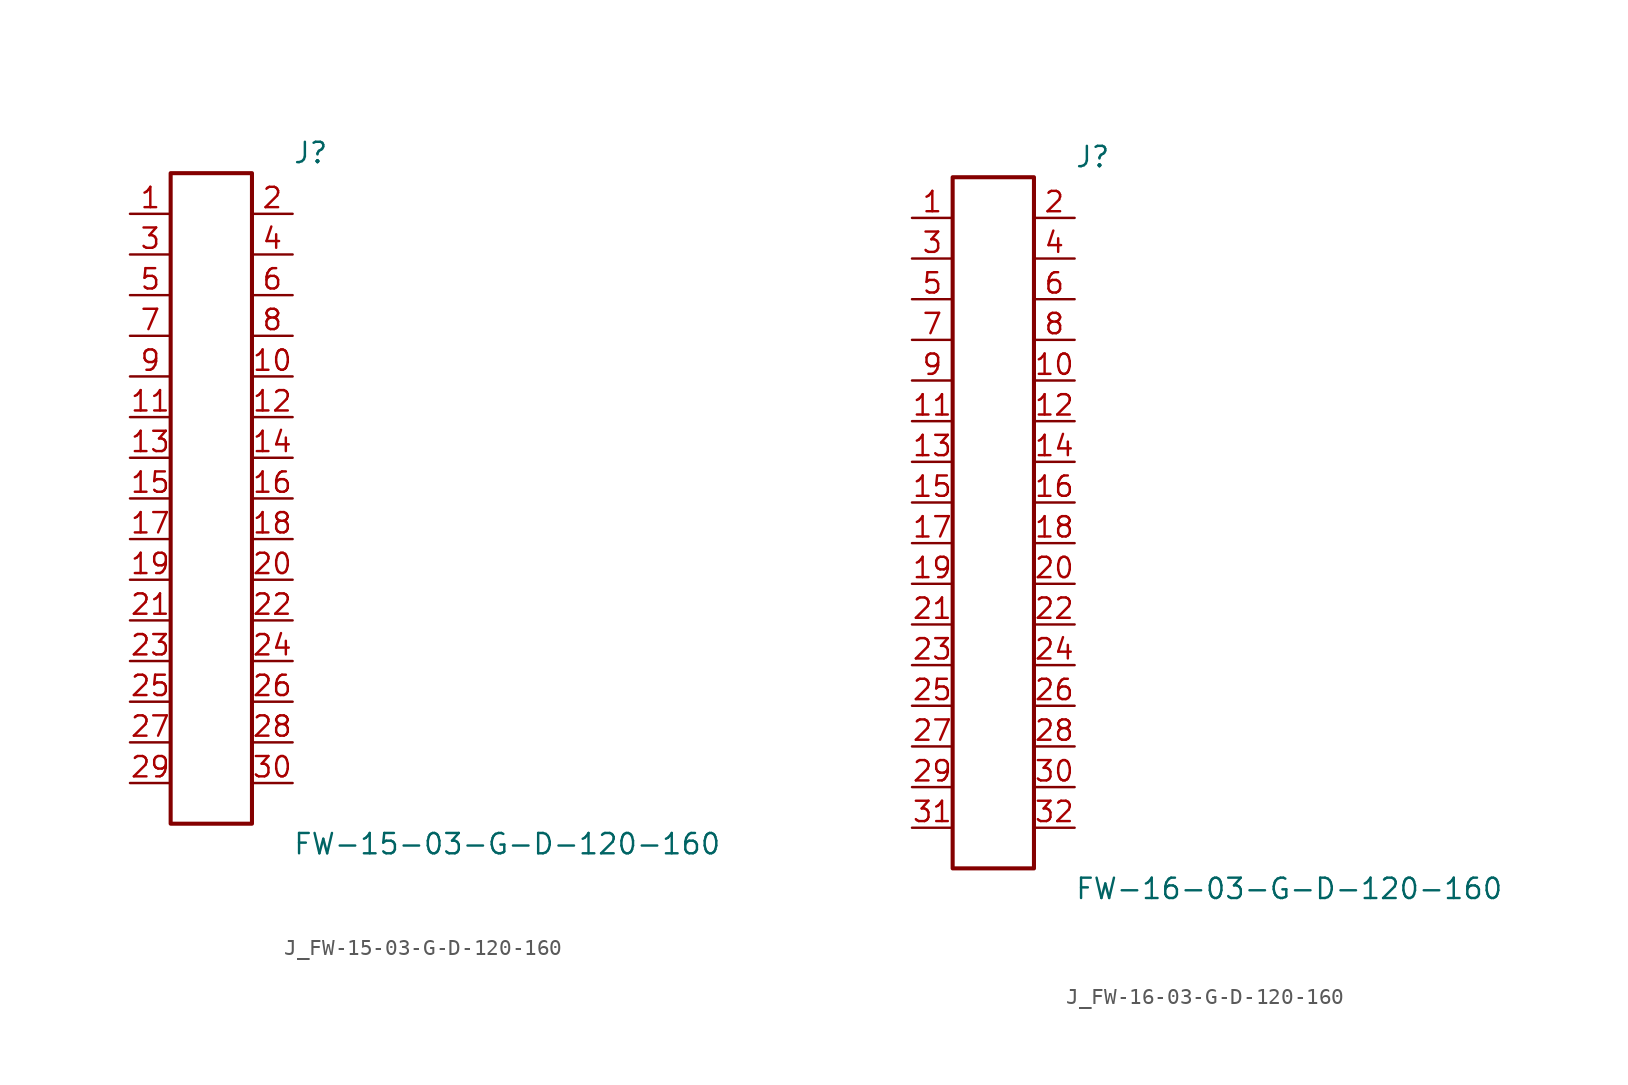
<source format=kicad_sym>
(kicad_symbol_lib
  (version 20231120)
  (generator kicad_symbol_editor)
  (generator_version 8.0)
  (symbol "J_FW-15-03-G-D-120-160"
    (pin_names
      (offset 0.254))
    (property "Reference" "J"
      (at 5.08 21.59 0)
      (effects (font (size 1.27 1.27)) (justify left)))
    (property "Value" "FW-15-03-G-D-120-160"
      (at 5.08 -21.59 0)
      (effects (font (size 1.27 1.27)) (justify left)))
    (symbol "J_FW-15-03-G-D-120-160_0_0"
      (pin passive line (at -5.08 17.78 0) (length 2.54) (name "" (effects (font (size 1.27 1.27)))) (number "1" (effects (font (size 1.27 1.27)))))
      (pin passive line (at 5.08 17.78 180) (length 2.54) (name "" (effects (font (size 1.27 1.27)))) (number "2" (effects (font (size 1.27 1.27)))))
      (pin passive line (at -5.08 15.24 0) (length 2.54) (name "" (effects (font (size 1.27 1.27)))) (number "3" (effects (font (size 1.27 1.27)))))
      (pin passive line (at 5.08 15.24 180) (length 2.54) (name "" (effects (font (size 1.27 1.27)))) (number "4" (effects (font (size 1.27 1.27)))))
      (pin passive line (at -5.08 12.7 0) (length 2.54) (name "" (effects (font (size 1.27 1.27)))) (number "5" (effects (font (size 1.27 1.27)))))
      (pin passive line (at 5.08 12.7 180) (length 2.54) (name "" (effects (font (size 1.27 1.27)))) (number "6" (effects (font (size 1.27 1.27)))))
      (pin passive line (at -5.08 10.16 0) (length 2.54) (name "" (effects (font (size 1.27 1.27)))) (number "7" (effects (font (size 1.27 1.27)))))
      (pin passive line (at 5.08 10.16 180) (length 2.54) (name "" (effects (font (size 1.27 1.27)))) (number "8" (effects (font (size 1.27 1.27)))))
      (pin passive line (at -5.08 7.62 0) (length 2.54) (name "" (effects (font (size 1.27 1.27)))) (number "9" (effects (font (size 1.27 1.27)))))
      (pin passive line (at 5.08 7.62 180) (length 2.54) (name "" (effects (font (size 1.27 1.27)))) (number "10" (effects (font (size 1.27 1.27)))))
      (pin passive line (at -5.08 5.08 0) (length 2.54) (name "" (effects (font (size 1.27 1.27)))) (number "11" (effects (font (size 1.27 1.27)))))
      (pin passive line (at 5.08 5.08 180) (length 2.54) (name "" (effects (font (size 1.27 1.27)))) (number "12" (effects (font (size 1.27 1.27)))))
      (pin passive line (at -5.08 2.54 0) (length 2.54) (name "" (effects (font (size 1.27 1.27)))) (number "13" (effects (font (size 1.27 1.27)))))
      (pin passive line (at 5.08 2.54 180) (length 2.54) (name "" (effects (font (size 1.27 1.27)))) (number "14" (effects (font (size 1.27 1.27)))))
      (pin passive line (at -5.08 0.0 0) (length 2.54) (name "" (effects (font (size 1.27 1.27)))) (number "15" (effects (font (size 1.27 1.27)))))
      (pin passive line (at 5.08 0.0 180) (length 2.54) (name "" (effects (font (size 1.27 1.27)))) (number "16" (effects (font (size 1.27 1.27)))))
      (pin passive line (at -5.08 -2.54 0) (length 2.54) (name "" (effects (font (size 1.27 1.27)))) (number "17" (effects (font (size 1.27 1.27)))))
      (pin passive line (at 5.08 -2.54 180) (length 2.54) (name "" (effects (font (size 1.27 1.27)))) (number "18" (effects (font (size 1.27 1.27)))))
      (pin passive line (at -5.08 -5.08 0) (length 2.54) (name "" (effects (font (size 1.27 1.27)))) (number "19" (effects (font (size 1.27 1.27)))))
      (pin passive line (at 5.08 -5.08 180) (length 2.54) (name "" (effects (font (size 1.27 1.27)))) (number "20" (effects (font (size 1.27 1.27)))))
      (pin passive line (at -5.08 -7.62 0) (length 2.54) (name "" (effects (font (size 1.27 1.27)))) (number "21" (effects (font (size 1.27 1.27)))))
      (pin passive line (at 5.08 -7.62 180) (length 2.54) (name "" (effects (font (size 1.27 1.27)))) (number "22" (effects (font (size 1.27 1.27)))))
      (pin passive line (at -5.08 -10.16 0) (length 2.54) (name "" (effects (font (size 1.27 1.27)))) (number "23" (effects (font (size 1.27 1.27)))))
      (pin passive line (at 5.08 -10.16 180) (length 2.54) (name "" (effects (font (size 1.27 1.27)))) (number "24" (effects (font (size 1.27 1.27)))))
      (pin passive line (at -5.08 -12.7 0) (length 2.54) (name "" (effects (font (size 1.27 1.27)))) (number "25" (effects (font (size 1.27 1.27)))))
      (pin passive line (at 5.08 -12.7 180) (length 2.54) (name "" (effects (font (size 1.27 1.27)))) (number "26" (effects (font (size 1.27 1.27)))))
      (pin passive line (at -5.08 -15.24 0) (length 2.54) (name "" (effects (font (size 1.27 1.27)))) (number "27" (effects (font (size 1.27 1.27)))))
      (pin passive line (at 5.08 -15.24 180) (length 2.54) (name "" (effects (font (size 1.27 1.27)))) (number "28" (effects (font (size 1.27 1.27)))))
      (pin passive line (at -5.08 -17.78 0) (length 2.54) (name "" (effects (font (size 1.27 1.27)))) (number "29" (effects (font (size 1.27 1.27)))))
      (pin passive line (at 5.08 -17.78 180) (length 2.54) (name "" (effects (font (size 1.27 1.27)))) (number "30" (effects (font (size 1.27 1.27))))))
    (symbol "J_FW-15-03-G-D-120-160_1_0"
      (rectangle (start -2.54 20.32) (end 2.54 -20.32) (stroke (width 0.254) (type solid)) (fill (type none)))))
  (symbol "J_FW-16-03-G-D-120-160"
    (pin_names
      (offset 0.254))
    (property "Reference" "J"
      (at 5.08 22.86 0)
      (effects (font (size 1.27 1.27)) (justify left)))
    (property "Value" "FW-16-03-G-D-120-160"
      (at 5.08 -22.86 0)
      (effects (font (size 1.27 1.27)) (justify left)))
    (symbol "J_FW-16-03-G-D-120-160_0_0"
      (pin passive line (at -5.08 19.05 0) (length 2.54) (name "" (effects (font (size 1.27 1.27)))) (number "1" (effects (font (size 1.27 1.27)))))
      (pin passive line (at 5.08 19.05 180) (length 2.54) (name "" (effects (font (size 1.27 1.27)))) (number "2" (effects (font (size 1.27 1.27)))))
      (pin passive line (at -5.08 16.51 0) (length 2.54) (name "" (effects (font (size 1.27 1.27)))) (number "3" (effects (font (size 1.27 1.27)))))
      (pin passive line (at 5.08 16.51 180) (length 2.54) (name "" (effects (font (size 1.27 1.27)))) (number "4" (effects (font (size 1.27 1.27)))))
      (pin passive line (at -5.08 13.97 0) (length 2.54) (name "" (effects (font (size 1.27 1.27)))) (number "5" (effects (font (size 1.27 1.27)))))
      (pin passive line (at 5.08 13.97 180) (length 2.54) (name "" (effects (font (size 1.27 1.27)))) (number "6" (effects (font (size 1.27 1.27)))))
      (pin passive line (at -5.08 11.43 0) (length 2.54) (name "" (effects (font (size 1.27 1.27)))) (number "7" (effects (font (size 1.27 1.27)))))
      (pin passive line (at 5.08 11.43 180) (length 2.54) (name "" (effects (font (size 1.27 1.27)))) (number "8" (effects (font (size 1.27 1.27)))))
      (pin passive line (at -5.08 8.89 0) (length 2.54) (name "" (effects (font (size 1.27 1.27)))) (number "9" (effects (font (size 1.27 1.27)))))
      (pin passive line (at 5.08 8.89 180) (length 2.54) (name "" (effects (font (size 1.27 1.27)))) (number "10" (effects (font (size 1.27 1.27)))))
      (pin passive line (at -5.08 6.35 0) (length 2.54) (name "" (effects (font (size 1.27 1.27)))) (number "11" (effects (font (size 1.27 1.27)))))
      (pin passive line (at 5.08 6.35 180) (length 2.54) (name "" (effects (font (size 1.27 1.27)))) (number "12" (effects (font (size 1.27 1.27)))))
      (pin passive line (at -5.08 3.81 0) (length 2.54) (name "" (effects (font (size 1.27 1.27)))) (number "13" (effects (font (size 1.27 1.27)))))
      (pin passive line (at 5.08 3.81 180) (length 2.54) (name "" (effects (font (size 1.27 1.27)))) (number "14" (effects (font (size 1.27 1.27)))))
      (pin passive line (at -5.08 1.27 0) (length 2.54) (name "" (effects (font (size 1.27 1.27)))) (number "15" (effects (font (size 1.27 1.27)))))
      (pin passive line (at 5.08 1.27 180) (length 2.54) (name "" (effects (font (size 1.27 1.27)))) (number "16" (effects (font (size 1.27 1.27)))))
      (pin passive line (at -5.08 -1.27 0) (length 2.54) (name "" (effects (font (size 1.27 1.27)))) (number "17" (effects (font (size 1.27 1.27)))))
      (pin passive line (at 5.08 -1.27 180) (length 2.54) (name "" (effects (font (size 1.27 1.27)))) (number "18" (effects (font (size 1.27 1.27)))))
      (pin passive line (at -5.08 -3.81 0) (length 2.54) (name "" (effects (font (size 1.27 1.27)))) (number "19" (effects (font (size 1.27 1.27)))))
      (pin passive line (at 5.08 -3.81 180) (length 2.54) (name "" (effects (font (size 1.27 1.27)))) (number "20" (effects (font (size 1.27 1.27)))))
      (pin passive line (at -5.08 -6.35 0) (length 2.54) (name "" (effects (font (size 1.27 1.27)))) (number "21" (effects (font (size 1.27 1.27)))))
      (pin passive line (at 5.08 -6.35 180) (length 2.54) (name "" (effects (font (size 1.27 1.27)))) (number "22" (effects (font (size 1.27 1.27)))))
      (pin passive line (at -5.08 -8.89 0) (length 2.54) (name "" (effects (font (size 1.27 1.27)))) (number "23" (effects (font (size 1.27 1.27)))))
      (pin passive line (at 5.08 -8.89 180) (length 2.54) (name "" (effects (font (size 1.27 1.27)))) (number "24" (effects (font (size 1.27 1.27)))))
      (pin passive line (at -5.08 -11.43 0) (length 2.54) (name "" (effects (font (size 1.27 1.27)))) (number "25" (effects (font (size 1.27 1.27)))))
      (pin passive line (at 5.08 -11.43 180) (length 2.54) (name "" (effects (font (size 1.27 1.27)))) (number "26" (effects (font (size 1.27 1.27)))))
      (pin passive line (at -5.08 -13.97 0) (length 2.54) (name "" (effects (font (size 1.27 1.27)))) (number "27" (effects (font (size 1.27 1.27)))))
      (pin passive line (at 5.08 -13.97 180) (length 2.54) (name "" (effects (font (size 1.27 1.27)))) (number "28" (effects (font (size 1.27 1.27)))))
      (pin passive line (at -5.08 -16.51 0) (length 2.54) (name "" (effects (font (size 1.27 1.27)))) (number "29" (effects (font (size 1.27 1.27)))))
      (pin passive line (at 5.08 -16.51 180) (length 2.54) (name "" (effects (font (size 1.27 1.27)))) (number "30" (effects (font (size 1.27 1.27)))))
      (pin passive line (at -5.08 -19.05 0) (length 2.54) (name "" (effects (font (size 1.27 1.27)))) (number "31" (effects (font (size 1.27 1.27)))))
      (pin passive line (at 5.08 -19.05 180) (length 2.54) (name "" (effects (font (size 1.27 1.27)))) (number "32" (effects (font (size 1.27 1.27))))))
    (symbol "J_FW-16-03-G-D-120-160_1_0"
      (rectangle (start -2.54 21.59) (end 2.54 -21.59) (stroke (width 0.254) (type solid)) (fill (type none))))))
</source>
